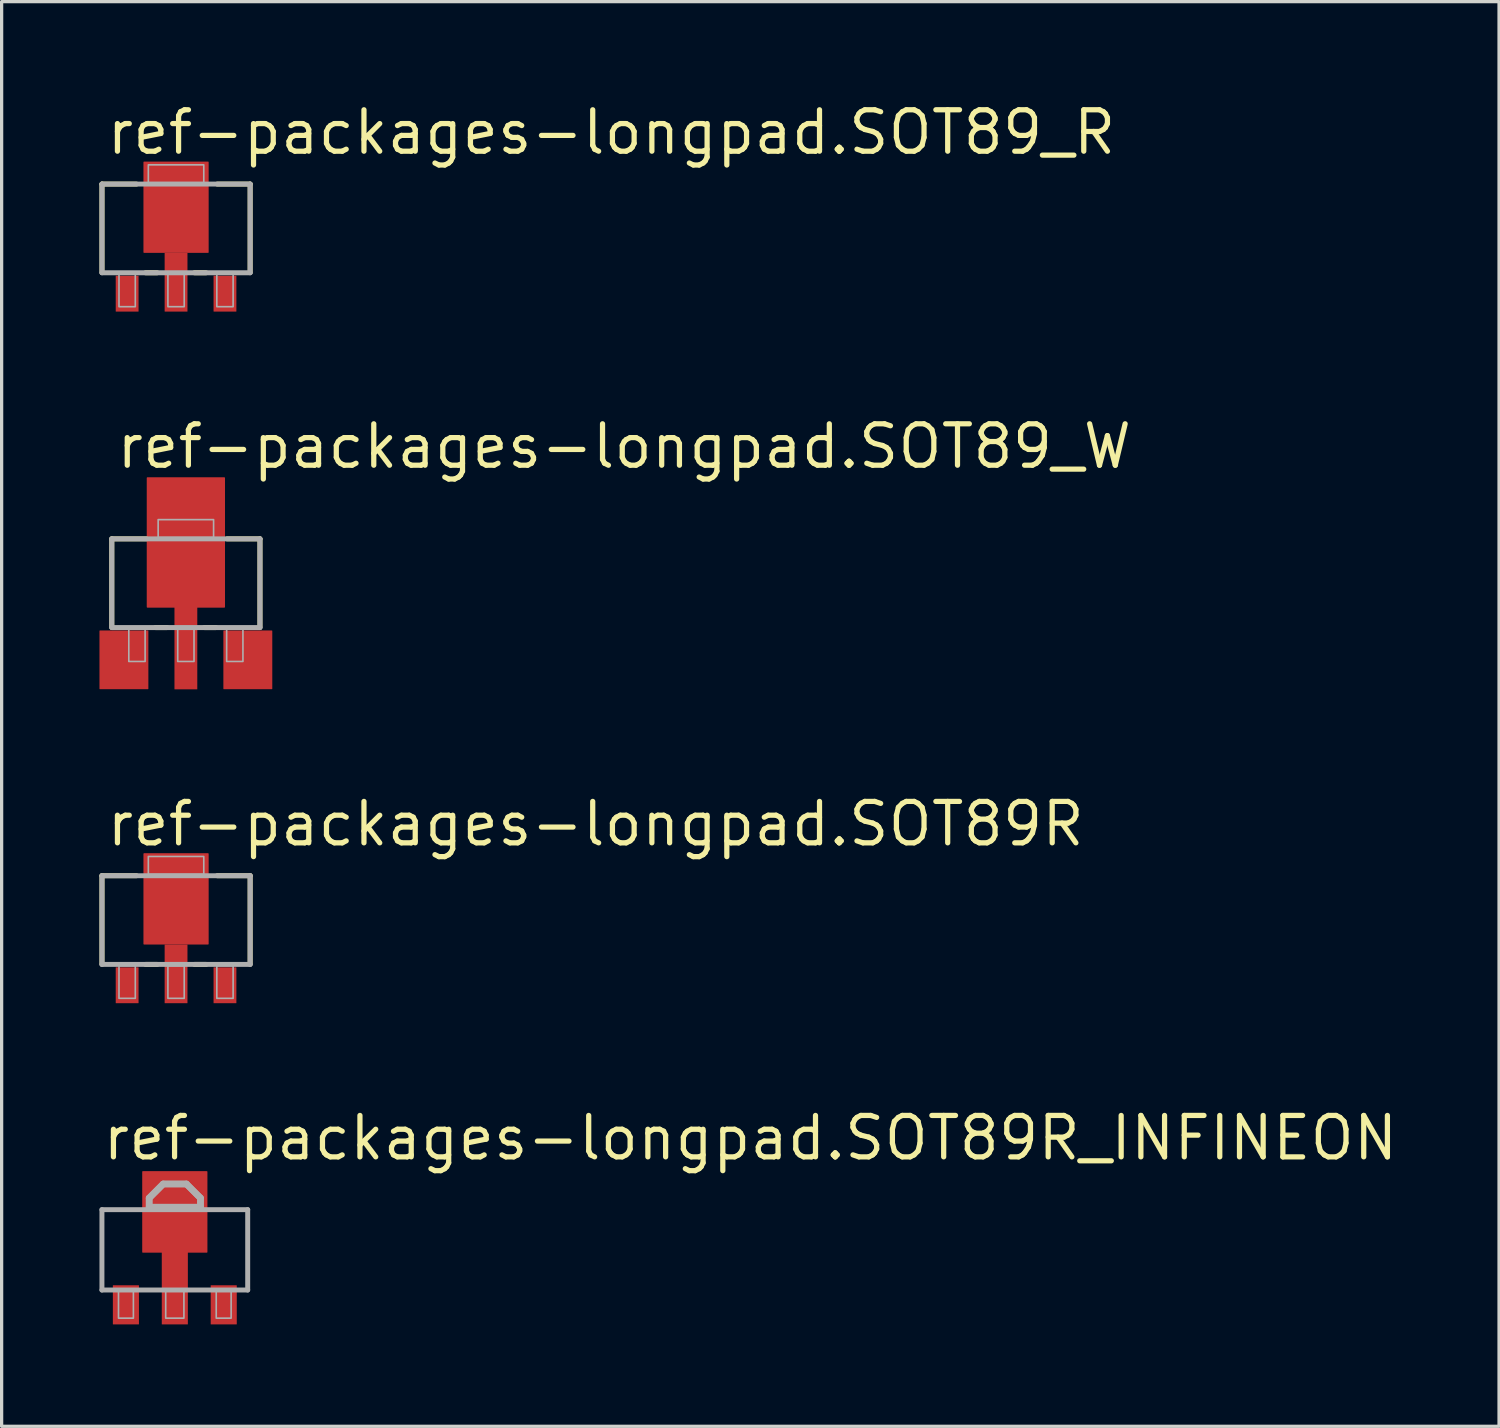
<source format=kicad_pcb>
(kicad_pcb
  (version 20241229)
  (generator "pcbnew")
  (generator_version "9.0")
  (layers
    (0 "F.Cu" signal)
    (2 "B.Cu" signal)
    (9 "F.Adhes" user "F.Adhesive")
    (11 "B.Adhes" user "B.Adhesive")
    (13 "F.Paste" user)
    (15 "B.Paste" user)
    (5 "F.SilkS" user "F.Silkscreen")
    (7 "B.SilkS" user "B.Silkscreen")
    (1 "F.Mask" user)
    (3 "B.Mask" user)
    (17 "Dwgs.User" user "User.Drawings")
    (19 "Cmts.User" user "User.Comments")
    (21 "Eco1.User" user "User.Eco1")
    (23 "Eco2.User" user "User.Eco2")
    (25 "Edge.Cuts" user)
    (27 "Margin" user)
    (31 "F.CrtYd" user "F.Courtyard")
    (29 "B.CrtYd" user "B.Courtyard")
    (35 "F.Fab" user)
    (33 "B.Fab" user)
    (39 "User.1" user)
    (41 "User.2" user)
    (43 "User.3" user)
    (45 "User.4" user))
  (footprint "ref-packages-longpad.SOT89R"
    (layer "F.Cu")
    (at 2.349 25.415)
    (property "Reference" "ref-packages-longpad.SOT89R" (at -2.205 -2.455 0) (layer "F.SilkS") (effects (font (size 1.27 1.27) (thickness 0.16)) (justify left bottom)))
    (attr smd)
    (fp_rect (start -0.45 2.4) (end 0.45 1.1) (stroke (width 0.05) (type default)) (fill yes) (layer "F.Mask"))
    (fp_line (start -2.272 -1.61) (end -1.214 -1.61) (stroke (width 0.152) (type default)) (layer "F.SilkS"))
    (fp_line (start -2.272 1.102) (end -2.272 -1.61) (stroke (width 0.152) (type default)) (layer "F.SilkS"))
    (fp_line (start -0.578 1.11) (end -0.936 1.11) (stroke (width 0.152) (type default)) (layer "F.SilkS"))
    (fp_line (start 0.922 1.11) (end 0.564 1.11) (stroke (width 0.152) (type default)) (layer "F.SilkS"))
    (fp_line (start 1.264 -1.61) (end 2.272 -1.61) (stroke (width 0.152) (type default)) (layer "F.SilkS"))
    (fp_line (start 2.272 -1.61) (end 2.272 1.102) (stroke (width 0.152) (type default)) (layer "F.SilkS"))
    (fp_rect (start -0.35 2.3) (end 0.35 1.2) (stroke (width 0.05) (type default)) (fill yes) (layer "F.Paste"))
    (fp_line (start -2.272 -1.61) (end 2.272 -1.61) (stroke (width 0.152) (type default)) (layer "F.Fab"))
    (fp_line (start -2.272 1.11) (end -2.272 -1.61) (stroke (width 0.152) (type default)) (layer "F.Fab"))
    (fp_line (start 2.272 -1.61) (end 2.272 1.11) (stroke (width 0.152) (type default)) (layer "F.Fab"))
    (fp_line (start 2.272 1.11) (end -2.272 1.11) (stroke (width 0.152) (type default)) (layer "F.Fab"))
    (fp_rect (start -1.75 2.15) (end -1.25 1.15) (stroke (width 0.05) (type default)) (fill no) (layer "F.Fab"))
    (fp_rect (start -0.85 -1.65) (end 0.85 -2.2) (stroke (width 0.05) (type default)) (fill no) (layer "F.Fab"))
    (fp_rect (start -0.25 2.15) (end 0.25 1.15) (stroke (width 0.05) (type default)) (fill no) (layer "F.Fab"))
    (fp_rect (start 1.25 2.15) (end 1.75 1.15) (stroke (width 0.05) (type default)) (fill no) (layer "F.Fab"))
    (pad "1" smd roundrect (at 1.5 1.75) (size 0.7 1.1) (layers "F.Cu" "F.Mask" "F.Paste") (roundrect_rratio 0.01))
    (pad "2" smd roundrect (at -1.5 1.75) (size 0.7 1.1) (layers "F.Cu" "F.Mask" "F.Paste") (roundrect_rratio 0.01))
    (pad "3" smd roundrect (at 0 1.4) (size 0.7 1.8) (layers "F.Cu" "F.Mask" "F.Paste") (roundrect_rratio 0.01))
    (pad "4" smd roundrect (at 0 -0.9) (size 2 2.8) (layers "F.Cu" "F.Mask" "F.Paste") (roundrect_rratio 0.01)))
  (footprint "ref-packages-longpad.SOT89_W"
    (layer "F.Cu")
    (at 2.65 15.085)
    (property "Reference" "ref-packages-longpad.SOT89_W" (at -2.205 -3.705 0) (layer "F.SilkS") (effects (font (size 1.27 1.27) (thickness 0.16)) (justify left bottom)))
    (attr smd)
    (fp_rect (start -0.45 3.1) (end 0.45 1.1) (stroke (width 0.05) (type default)) (fill yes) (layer "F.Mask"))
    (fp_line (start -2.272 -1.61) (end -1.214 -1.61) (stroke (width 0.152) (type default)) (layer "F.SilkS"))
    (fp_line (start -2.272 1.102) (end -2.272 -1.61) (stroke (width 0.152) (type default)) (layer "F.SilkS"))
    (fp_line (start -0.578 1.11) (end -0.936 1.11) (stroke (width 0.152) (type default)) (layer "F.SilkS"))
    (fp_line (start 0.922 1.11) (end 0.564 1.11) (stroke (width 0.152) (type default)) (layer "F.SilkS"))
    (fp_line (start 1.264 -1.61) (end 2.272 -1.61) (stroke (width 0.152) (type default)) (layer "F.SilkS"))
    (fp_line (start 2.272 -1.61) (end 2.272 1.102) (stroke (width 0.152) (type default)) (layer "F.SilkS"))
    (fp_rect (start -0.35 3) (end 0.35 1.2) (stroke (width 0.05) (type default)) (fill yes) (layer "F.Paste"))
    (fp_line (start -2.272 -1.61) (end 2.272 -1.61) (stroke (width 0.152) (type default)) (layer "F.Fab"))
    (fp_line (start -2.272 1.11) (end -2.272 -1.61) (stroke (width 0.152) (type default)) (layer "F.Fab"))
    (fp_line (start 2.272 -1.61) (end 2.272 1.11) (stroke (width 0.152) (type default)) (layer "F.Fab"))
    (fp_line (start 2.272 1.11) (end -2.272 1.11) (stroke (width 0.152) (type default)) (layer "F.Fab"))
    (fp_rect (start -1.75 2.15) (end -1.25 1.15) (stroke (width 0.05) (type default)) (fill no) (layer "F.Fab"))
    (fp_rect (start -0.85 -1.65) (end 0.85 -2.2) (stroke (width 0.05) (type default)) (fill no) (layer "F.Fab"))
    (fp_rect (start -0.25 2.15) (end 0.25 1.15) (stroke (width 0.05) (type default)) (fill no) (layer "F.Fab"))
    (fp_rect (start 1.25 2.15) (end 1.75 1.15) (stroke (width 0.05) (type default)) (fill no) (layer "F.Fab"))
    (pad "1" smd roundrect (at 1.9 2.1) (size 1.5 1.8) (layers "F.Cu" "F.Mask" "F.Paste") (roundrect_rratio 0.01))
    (pad "2" smd roundrect (at -1.9 2.1) (size 1.5 1.8) (layers "F.Cu" "F.Mask" "F.Paste") (roundrect_rratio 0.01))
    (pad "3" smd roundrect (at 0 -1.5) (size 2.4 4) (layers "F.Cu" "F.Mask" "F.Paste") (roundrect_rratio 0.01))
    (pad "4" smd roundrect (at 0 1.73) (size 0.7 2.55) (layers "F.Cu" "F.Mask" "F.Paste") (roundrect_rratio 0.01)))
  (footprint "ref-packages-longpad.SOT89_R"
    (layer "F.Cu")
    (at 2.349 4.205)
    (property "Reference" "ref-packages-longpad.SOT89_R" (at -2.205 -2.455 0) (layer "F.SilkS") (effects (font (size 1.27 1.27) (thickness 0.16)) (justify left bottom)))
    (attr smd)
    (fp_rect (start -0.45 2.4) (end 0.45 1.1) (stroke (width 0.05) (type default)) (fill yes) (layer "F.Mask"))
    (fp_line (start -2.272 -1.61) (end -1.214 -1.61) (stroke (width 0.152) (type default)) (layer "F.SilkS"))
    (fp_line (start -2.272 1.102) (end -2.272 -1.61) (stroke (width 0.152) (type default)) (layer "F.SilkS"))
    (fp_line (start -0.578 1.11) (end -0.936 1.11) (stroke (width 0.152) (type default)) (layer "F.SilkS"))
    (fp_line (start 0.922 1.11) (end 0.564 1.11) (stroke (width 0.152) (type default)) (layer "F.SilkS"))
    (fp_line (start 1.264 -1.61) (end 2.272 -1.61) (stroke (width 0.152) (type default)) (layer "F.SilkS"))
    (fp_line (start 2.272 -1.61) (end 2.272 1.102) (stroke (width 0.152) (type default)) (layer "F.SilkS"))
    (fp_rect (start -0.35 2.3) (end 0.35 1.2) (stroke (width 0.05) (type default)) (fill yes) (layer "F.Paste"))
    (fp_line (start -2.272 -1.61) (end 2.272 -1.61) (stroke (width 0.152) (type default)) (layer "F.Fab"))
    (fp_line (start -2.272 1.11) (end -2.272 -1.61) (stroke (width 0.152) (type default)) (layer "F.Fab"))
    (fp_line (start 2.272 -1.61) (end 2.272 1.11) (stroke (width 0.152) (type default)) (layer "F.Fab"))
    (fp_line (start 2.272 1.11) (end -2.272 1.11) (stroke (width 0.152) (type default)) (layer "F.Fab"))
    (fp_rect (start -1.75 2.15) (end -1.25 1.15) (stroke (width 0.05) (type default)) (fill no) (layer "F.Fab"))
    (fp_rect (start -0.85 -1.65) (end 0.85 -2.2) (stroke (width 0.05) (type default)) (fill no) (layer "F.Fab"))
    (fp_rect (start -0.25 2.15) (end 0.25 1.15) (stroke (width 0.05) (type default)) (fill no) (layer "F.Fab"))
    (fp_rect (start 1.25 2.15) (end 1.75 1.15) (stroke (width 0.05) (type default)) (fill no) (layer "F.Fab"))
    (pad "1" smd roundrect (at 1.5 1.75) (size 0.7 1.1) (layers "F.Cu" "F.Mask" "F.Paste") (roundrect_rratio 0.01))
    (pad "2" smd roundrect (at -1.5 1.75) (size 0.7 1.1) (layers "F.Cu" "F.Mask" "F.Paste") (roundrect_rratio 0.01))
    (pad "3" smd roundrect (at 0 1.4) (size 0.7 1.8) (layers "F.Cu" "F.Mask" "F.Paste") (roundrect_rratio 0.01))
    (pad "4" smd roundrect (at 0 -0.9) (size 2 2.8) (layers "F.Cu" "F.Mask" "F.Paste") (roundrect_rratio 0.01)))
  (footprint "ref-packages-longpad.SOT89R_INFINEON"
    (layer "F.Cu")
    (at 2.311 35.365)
    (property "Reference" "ref-packages-longpad.SOT89R_INFINEON" (at -2.29 -2.775 0) (layer "F.SilkS") (effects (font (size 1.27 1.27) (thickness 0.16)) (justify left bottom)))
    (attr smd)
    (fp_rect (start -0.5 2.3) (end 0.5 0.9) (stroke (width 0.05) (type default)) (fill yes) (layer "F.Mask"))
    (fp_rect (start -0.4 2.2) (end 0.4 1) (stroke (width 0.05) (type default)) (fill yes) (layer "F.Paste"))
    (fp_line (start -2.235 -1.319) (end 2.235 -1.319) (stroke (width 0.152) (type default)) (layer "F.Fab"))
    (fp_line (start -2.235 1.145) (end -2.235 -1.319) (stroke (width 0.152) (type default)) (layer "F.Fab"))
    (fp_line (start -0.787 -1.675) (end -0.356 -2.107) (stroke (width 0.203) (type default)) (layer "F.Fab"))
    (fp_line (start -0.787 -1.395) (end -0.787 -1.675) (stroke (width 0.203) (type default)) (layer "F.Fab"))
    (fp_line (start -0.356 -2.107) (end 0.356 -2.107) (stroke (width 0.203) (type default)) (layer "F.Fab"))
    (fp_line (start 0.356 -2.107) (end 0.787 -1.675) (stroke (width 0.203) (type default)) (layer "F.Fab"))
    (fp_line (start 0.787 -1.675) (end 0.787 -1.395) (stroke (width 0.203) (type default)) (layer "F.Fab"))
    (fp_line (start 0.787 -1.395) (end -0.787 -1.395) (stroke (width 0.203) (type default)) (layer "F.Fab"))
    (fp_line (start 2.235 -1.319) (end 2.235 1.145) (stroke (width 0.152) (type default)) (layer "F.Fab"))
    (fp_line (start 2.235 1.145) (end -2.235 1.145) (stroke (width 0.152) (type default)) (layer "F.Fab"))
    (fp_rect (start -1.727 2.008) (end -1.27 1.17) (stroke (width 0.05) (type default)) (fill no) (layer "F.Fab"))
    (fp_rect (start -0.279 2.008) (end 0.279 1.17) (stroke (width 0.05) (type default)) (fill no) (layer "F.Fab"))
    (fp_rect (start 1.27 2.008) (end 1.727 1.17) (stroke (width 0.05) (type default)) (fill no) (layer "F.Fab"))
    (fp_poly (pts (xy -0.787 -1.395) (xy -0.787 -1.675) (xy -0.356 -2.107) (xy 0.356 -2.107) (xy 0.787 -1.675) (xy 0.787 -1.395)) (stroke (width 0.2) (type default)) (fill no) (layer "F.Fab"))
    (pad "1" smd roundrect (at -1.5 1.6) (size 0.8 1.2) (layers "F.Cu" "F.Mask" "F.Paste") (roundrect_rratio 0.01))
    (pad "2" smd roundrect (at 0 1.05) (size 0.8 2.3) (layers "F.Cu" "F.Mask" "F.Paste") (roundrect_rratio 0.01))
    (pad "3" smd roundrect (at 1.5 1.6) (size 0.8 1.2) (layers "F.Cu" "F.Mask" "F.Paste") (roundrect_rratio 0.01))
    (pad "4" smd roundrect (at 0 -1.25) (size 2 2.5) (layers "F.Cu" "F.Mask" "F.Paste") (roundrect_rratio 0.01)))
  (gr_rect
    (start -3 -3)
    (end 42.92 40.69)
    (stroke (width 0.1) (type default))
    (fill no)
    (layer "Edge.Cuts")))
</source>
